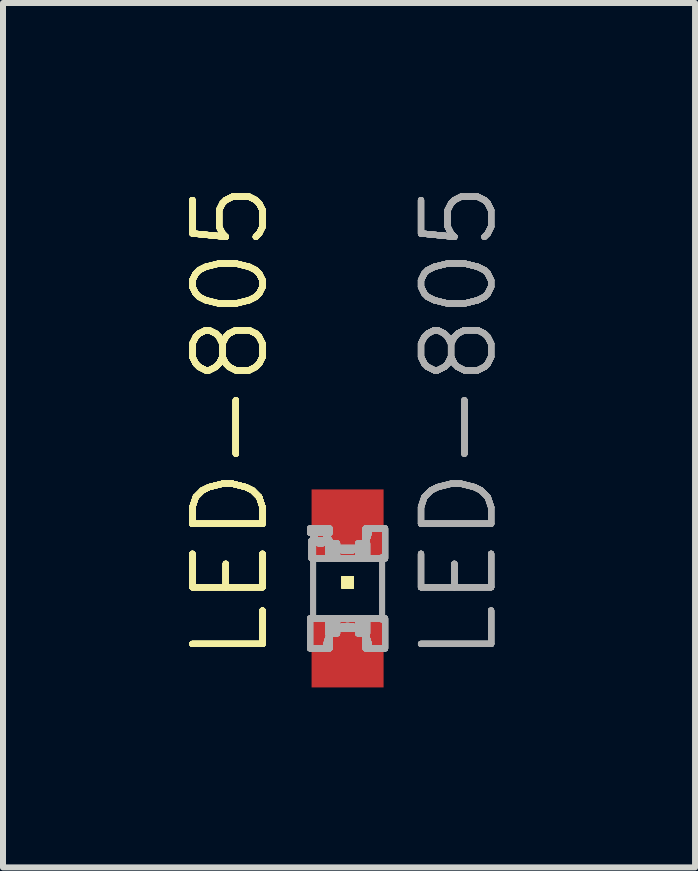
<source format=kicad_pcb>
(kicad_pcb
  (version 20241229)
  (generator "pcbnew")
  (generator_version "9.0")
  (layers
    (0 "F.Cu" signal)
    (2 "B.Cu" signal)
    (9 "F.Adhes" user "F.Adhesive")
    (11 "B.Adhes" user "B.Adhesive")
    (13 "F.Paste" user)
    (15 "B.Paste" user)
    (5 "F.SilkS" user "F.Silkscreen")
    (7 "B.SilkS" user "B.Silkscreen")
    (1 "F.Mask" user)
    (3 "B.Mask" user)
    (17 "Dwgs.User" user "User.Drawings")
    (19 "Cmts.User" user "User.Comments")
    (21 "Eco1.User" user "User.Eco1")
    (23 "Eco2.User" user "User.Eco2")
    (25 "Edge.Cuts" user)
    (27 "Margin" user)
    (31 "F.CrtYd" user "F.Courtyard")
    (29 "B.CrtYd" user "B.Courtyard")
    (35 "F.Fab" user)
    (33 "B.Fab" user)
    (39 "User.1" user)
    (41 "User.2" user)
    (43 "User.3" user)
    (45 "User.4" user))
  (footprint "LED-805"
    (layer "F.Cu")
    (at 2.743 6.757)
    (property "Reference" "LED-805" (at -1.27 1.27 90) (layer "F.SilkS") (effects (font (size 1.168 1.168) (thickness 0.102)) (justify left bottom)))
    (property "Value" "LED-805" (at 2.54 1.27 90) (layer "F.Fab") (hide yes) (effects (font (size 1.168 1.168) (thickness 0.102)) (justify left bottom)))
    (fp_poly (pts (xy -0.1 0) (xy 0.1 0) (xy 0.1 -0.2) (xy -0.1 -0.2)) (stroke (width 0) (type default)) (fill yes) (layer "F.SilkS"))
    (fp_poly (pts (xy -0.1 0) (xy 0.1 0) (xy 0.1 -0.2) (xy -0.1 -0.2)) (stroke (width 0) (type default)) (fill yes) (layer "F.SilkS"))
    (fp_poly (pts (xy -0.1 0) (xy 0.1 0) (xy 0.1 -0.2) (xy -0.1 -0.2)) (stroke (width 0) (type default)) (fill yes) (layer "F.SilkS"))
    (fp_poly (pts (xy -0.1 0) (xy 0.1 0) (xy 0.1 -0.2) (xy -0.1 -0.2)) (stroke (width 0) (type default)) (fill yes) (layer "F.SilkS"))
    (fp_poly (pts (xy -0.1 0) (xy 0.1 0) (xy 0.1 -0.2) (xy -0.1 -0.2)) (stroke (width 0) (type default)) (fill yes) (layer "F.SilkS"))
    (fp_poly (pts (xy -0.1 0) (xy 0.1 0) (xy 0.1 -0.2) (xy -0.1 -0.2)) (stroke (width 0) (type default)) (fill yes) (layer "F.SilkS"))
    (fp_poly (pts (xy -0.1 0) (xy 0.1 0) (xy 0.1 -0.2) (xy -0.1 -0.2)) (stroke (width 0) (type default)) (fill yes) (layer "F.SilkS"))
    (fp_poly (pts (xy -0.1 0) (xy 0.1 0) (xy 0.1 -0.2) (xy -0.1 -0.2)) (stroke (width 0) (type default)) (fill yes) (layer "F.SilkS"))
    (fp_poly (pts (xy -0.1 0) (xy 0.1 0) (xy 0.1 -0.2) (xy -0.1 -0.2)) (stroke (width 0) (type default)) (fill yes) (layer "F.SilkS"))
    (fp_poly (pts (xy -0.1 0) (xy 0.1 0) (xy 0.1 -0.2) (xy -0.1 -0.2)) (stroke (width 0) (type default)) (fill yes) (layer "F.SilkS"))
    (fp_poly (pts (xy -0.1 0) (xy 0.1 0) (xy 0.1 -0.2) (xy -0.1 -0.2)) (stroke (width 0) (type default)) (fill yes) (layer "F.SilkS"))
    (fp_line (start -0.575 0.5) (end -0.575 -0.925) (stroke (width 0.102) (type solid)) (layer "F.Fab"))
    (fp_line (start 0.575 -0.525) (end 0.575 0.525) (stroke (width 0.102) (type solid)) (layer "F.Fab"))
    (fp_arc (start -0.35 0.925) (mid -0.000001 0.625027) (end 0.35 0.924998) (stroke (width 0.1016) (type solid)) (layer "F.Fab"))
    (fp_arc (start -0.35 0.925) (mid -0.000001 0.625027) (end 0.35 0.924998) (stroke (width 0.1016) (type solid)) (layer "F.Fab"))
    (fp_arc (start -0.35 0.925) (mid -0.000001 0.625027) (end 0.35 0.924998) (stroke (width 0.1016) (type solid)) (layer "F.Fab"))
    (fp_arc (start -0.35 0.925) (mid -0.000001 0.625027) (end 0.35 0.924998) (stroke (width 0.1016) (type solid)) (layer "F.Fab"))
    (fp_arc (start -0.35 0.925) (mid -0.000001 0.625027) (end 0.35 0.924998) (stroke (width 0.1016) (type solid)) (layer "F.Fab"))
    (fp_arc (start -0.35 0.925) (mid -0.000001 0.625027) (end 0.35 0.924998) (stroke (width 0.1016) (type solid)) (layer "F.Fab"))
    (fp_arc (start -0.35 0.925) (mid -0.000001 0.625027) (end 0.35 0.924998) (stroke (width 0.1016) (type solid)) (layer "F.Fab"))
    (fp_arc (start -0.35 0.925) (mid -0.000001 0.625027) (end 0.35 0.924998) (stroke (width 0.1016) (type solid)) (layer "F.Fab"))
    (fp_arc (start -0.35 0.925) (mid -0.000001 0.625027) (end 0.35 0.924998) (stroke (width 0.1016) (type solid)) (layer "F.Fab"))
    (fp_arc (start -0.35 0.925) (mid -0.000001 0.625027) (end 0.35 0.924998) (stroke (width 0.1016) (type solid)) (layer "F.Fab"))
    (fp_arc (start -0.35 0.925) (mid -0.000001 0.625027) (end 0.35 0.924998) (stroke (width 0.1016) (type solid)) (layer "F.Fab"))
    (fp_arc (start 0.35 -0.924998) (mid -0.000001 -0.625027) (end -0.35 -0.925) (stroke (width 0.1016) (type solid)) (layer "F.Fab"))
    (fp_arc (start 0.35 -0.924998) (mid -0.000001 -0.625027) (end -0.35 -0.925) (stroke (width 0.1016) (type solid)) (layer "F.Fab"))
    (fp_arc (start 0.35 -0.924998) (mid -0.000001 -0.625027) (end -0.35 -0.925) (stroke (width 0.1016) (type solid)) (layer "F.Fab"))
    (fp_arc (start 0.35 -0.924998) (mid -0.000001 -0.625027) (end -0.35 -0.925) (stroke (width 0.1016) (type solid)) (layer "F.Fab"))
    (fp_arc (start 0.35 -0.924998) (mid -0.000001 -0.625027) (end -0.35 -0.925) (stroke (width 0.1016) (type solid)) (layer "F.Fab"))
    (fp_arc (start 0.35 -0.924998) (mid -0.000001 -0.625027) (end -0.35 -0.925) (stroke (width 0.1016) (type solid)) (layer "F.Fab"))
    (fp_arc (start 0.35 -0.924998) (mid -0.000001 -0.625027) (end -0.35 -0.925) (stroke (width 0.1016) (type solid)) (layer "F.Fab"))
    (fp_arc (start 0.35 -0.924998) (mid -0.000001 -0.625027) (end -0.35 -0.925) (stroke (width 0.1016) (type solid)) (layer "F.Fab"))
    (fp_arc (start 0.35 -0.924998) (mid -0.000001 -0.625027) (end -0.35 -0.925) (stroke (width 0.1016) (type solid)) (layer "F.Fab"))
    (fp_arc (start 0.35 -0.924998) (mid -0.000001 -0.625027) (end -0.35 -0.925) (stroke (width 0.1016) (type solid)) (layer "F.Fab"))
    (fp_arc (start 0.35 -0.924998) (mid -0.000001 -0.625027) (end -0.35 -0.925) (stroke (width 0.1016) (type solid)) (layer "F.Fab"))
    (fp_circle (center -0.45 -0.85) (end -0.347 -0.85) (stroke (width 0.102) (type solid)) (fill no) (layer "F.Fab"))
    (fp_circle (center -0.45 -0.85) (end -0.347 -0.85) (stroke (width 0.102) (type solid)) (fill no) (layer "F.Fab"))
    (fp_circle (center -0.45 -0.85) (end -0.347 -0.85) (stroke (width 0.102) (type solid)) (fill no) (layer "F.Fab"))
    (fp_circle (center -0.45 -0.85) (end -0.347 -0.85) (stroke (width 0.102) (type solid)) (fill no) (layer "F.Fab"))
    (fp_circle (center -0.45 -0.85) (end -0.347 -0.85) (stroke (width 0.102) (type solid)) (fill no) (layer "F.Fab"))
    (fp_circle (center -0.45 -0.85) (end -0.347 -0.85) (stroke (width 0.102) (type solid)) (fill no) (layer "F.Fab"))
    (fp_circle (center -0.45 -0.85) (end -0.347 -0.85) (stroke (width 0.102) (type solid)) (fill no) (layer "F.Fab"))
    (fp_circle (center -0.45 -0.85) (end -0.347 -0.85) (stroke (width 0.102) (type solid)) (fill no) (layer "F.Fab"))
    (fp_circle (center -0.45 -0.85) (end -0.347 -0.85) (stroke (width 0.102) (type solid)) (fill no) (layer "F.Fab"))
    (fp_circle (center -0.45 -0.85) (end -0.347 -0.85) (stroke (width 0.102) (type solid)) (fill no) (layer "F.Fab"))
    (fp_circle (center -0.45 -0.85) (end -0.347 -0.85) (stroke (width 0.102) (type solid)) (fill no) (layer "F.Fab"))
    (fp_poly (pts (xy -0.625 -0.925) (xy -0.3 -0.925) (xy -0.3 -1) (xy -0.625 -1)) (stroke (width 0.1) (type default)) (fill no) (layer "F.Fab"))
    (fp_poly (pts (xy -0.625 -0.925) (xy -0.3 -0.925) (xy -0.3 -1) (xy -0.625 -1)) (stroke (width 0.1) (type default)) (fill no) (layer "F.Fab"))
    (fp_poly (pts (xy -0.625 -0.925) (xy -0.3 -0.925) (xy -0.3 -1) (xy -0.625 -1)) (stroke (width 0.1) (type default)) (fill no) (layer "F.Fab"))
    (fp_poly (pts (xy -0.625 -0.925) (xy -0.3 -0.925) (xy -0.3 -1) (xy -0.625 -1)) (stroke (width 0.1) (type default)) (fill no) (layer "F.Fab"))
    (fp_poly (pts (xy -0.625 -0.925) (xy -0.3 -0.925) (xy -0.3 -1) (xy -0.625 -1)) (stroke (width 0.1) (type default)) (fill no) (layer "F.Fab"))
    (fp_poly (pts (xy -0.625 -0.925) (xy -0.3 -0.925) (xy -0.3 -1) (xy -0.625 -1)) (stroke (width 0.1) (type default)) (fill no) (layer "F.Fab"))
    (fp_poly (pts (xy -0.625 -0.925) (xy -0.3 -0.925) (xy -0.3 -1) (xy -0.625 -1)) (stroke (width 0.1) (type default)) (fill no) (layer "F.Fab"))
    (fp_poly (pts (xy -0.625 -0.925) (xy -0.3 -0.925) (xy -0.3 -1) (xy -0.625 -1)) (stroke (width 0.1) (type default)) (fill no) (layer "F.Fab"))
    (fp_poly (pts (xy -0.625 -0.925) (xy -0.3 -0.925) (xy -0.3 -1) (xy -0.625 -1)) (stroke (width 0.1) (type default)) (fill no) (layer "F.Fab"))
    (fp_poly (pts (xy -0.625 -0.925) (xy -0.3 -0.925) (xy -0.3 -1) (xy -0.625 -1)) (stroke (width 0.1) (type default)) (fill no) (layer "F.Fab"))
    (fp_poly (pts (xy -0.625 -0.925) (xy -0.3 -0.925) (xy -0.3 -1) (xy -0.625 -1)) (stroke (width 0.1) (type default)) (fill no) (layer "F.Fab"))
    (fp_poly (pts (xy -0.625 1) (xy -0.3 1) (xy -0.3 0.5) (xy -0.625 0.5)) (stroke (width 0.1) (type default)) (fill no) (layer "F.Fab"))
    (fp_poly (pts (xy -0.625 1) (xy -0.3 1) (xy -0.3 0.5) (xy -0.625 0.5)) (stroke (width 0.1) (type default)) (fill no) (layer "F.Fab"))
    (fp_poly (pts (xy -0.625 1) (xy -0.3 1) (xy -0.3 0.5) (xy -0.625 0.5)) (stroke (width 0.1) (type default)) (fill no) (layer "F.Fab"))
    (fp_poly (pts (xy -0.625 1) (xy -0.3 1) (xy -0.3 0.5) (xy -0.625 0.5)) (stroke (width 0.1) (type default)) (fill no) (layer "F.Fab"))
    (fp_poly (pts (xy -0.625 1) (xy -0.3 1) (xy -0.3 0.5) (xy -0.625 0.5)) (stroke (width 0.1) (type default)) (fill no) (layer "F.Fab"))
    (fp_poly (pts (xy -0.625 1) (xy -0.3 1) (xy -0.3 0.5) (xy -0.625 0.5)) (stroke (width 0.1) (type default)) (fill no) (layer "F.Fab"))
    (fp_poly (pts (xy -0.625 1) (xy -0.3 1) (xy -0.3 0.5) (xy -0.625 0.5)) (stroke (width 0.1) (type default)) (fill no) (layer "F.Fab"))
    (fp_poly (pts (xy -0.625 1) (xy -0.3 1) (xy -0.3 0.5) (xy -0.625 0.5)) (stroke (width 0.1) (type default)) (fill no) (layer "F.Fab"))
    (fp_poly (pts (xy -0.625 1) (xy -0.3 1) (xy -0.3 0.5) (xy -0.625 0.5)) (stroke (width 0.1) (type default)) (fill no) (layer "F.Fab"))
    (fp_poly (pts (xy -0.625 1) (xy -0.3 1) (xy -0.3 0.5) (xy -0.625 0.5)) (stroke (width 0.1) (type default)) (fill no) (layer "F.Fab"))
    (fp_poly (pts (xy -0.625 1) (xy -0.3 1) (xy -0.3 0.5) (xy -0.625 0.5)) (stroke (width 0.1) (type default)) (fill no) (layer "F.Fab"))
    (fp_poly (pts (xy -0.6 -0.5) (xy -0.3 -0.5) (xy -0.3 -0.8) (xy -0.6 -0.8)) (stroke (width 0.1) (type default)) (fill no) (layer "F.Fab"))
    (fp_poly (pts (xy -0.6 -0.5) (xy -0.3 -0.5) (xy -0.3 -0.8) (xy -0.6 -0.8)) (stroke (width 0.1) (type default)) (fill no) (layer "F.Fab"))
    (fp_poly (pts (xy -0.6 -0.5) (xy -0.3 -0.5) (xy -0.3 -0.8) (xy -0.6 -0.8)) (stroke (width 0.1) (type default)) (fill no) (layer "F.Fab"))
    (fp_poly (pts (xy -0.6 -0.5) (xy -0.3 -0.5) (xy -0.3 -0.8) (xy -0.6 -0.8)) (stroke (width 0.1) (type default)) (fill no) (layer "F.Fab"))
    (fp_poly (pts (xy -0.6 -0.5) (xy -0.3 -0.5) (xy -0.3 -0.8) (xy -0.6 -0.8)) (stroke (width 0.1) (type default)) (fill no) (layer "F.Fab"))
    (fp_poly (pts (xy -0.6 -0.5) (xy -0.3 -0.5) (xy -0.3 -0.8) (xy -0.6 -0.8)) (stroke (width 0.1) (type default)) (fill no) (layer "F.Fab"))
    (fp_poly (pts (xy -0.6 -0.5) (xy -0.3 -0.5) (xy -0.3 -0.8) (xy -0.6 -0.8)) (stroke (width 0.1) (type default)) (fill no) (layer "F.Fab"))
    (fp_poly (pts (xy -0.6 -0.5) (xy -0.3 -0.5) (xy -0.3 -0.8) (xy -0.6 -0.8)) (stroke (width 0.1) (type default)) (fill no) (layer "F.Fab"))
    (fp_poly (pts (xy -0.6 -0.5) (xy -0.3 -0.5) (xy -0.3 -0.8) (xy -0.6 -0.8)) (stroke (width 0.1) (type default)) (fill no) (layer "F.Fab"))
    (fp_poly (pts (xy -0.6 -0.5) (xy -0.3 -0.5) (xy -0.3 -0.8) (xy -0.6 -0.8)) (stroke (width 0.1) (type default)) (fill no) (layer "F.Fab"))
    (fp_poly (pts (xy -0.6 -0.5) (xy -0.3 -0.5) (xy -0.3 -0.8) (xy -0.6 -0.8)) (stroke (width 0.1) (type default)) (fill no) (layer "F.Fab"))
    (fp_poly (pts (xy -0.325 -0.5) (xy -0.175 -0.5) (xy -0.175 -0.75) (xy -0.325 -0.75)) (stroke (width 0.1) (type default)) (fill no) (layer "F.Fab"))
    (fp_poly (pts (xy -0.325 -0.5) (xy -0.175 -0.5) (xy -0.175 -0.75) (xy -0.325 -0.75)) (stroke (width 0.1) (type default)) (fill no) (layer "F.Fab"))
    (fp_poly (pts (xy -0.325 -0.5) (xy -0.175 -0.5) (xy -0.175 -0.75) (xy -0.325 -0.75)) (stroke (width 0.1) (type default)) (fill no) (layer "F.Fab"))
    (fp_poly (pts (xy -0.325 -0.5) (xy -0.175 -0.5) (xy -0.175 -0.75) (xy -0.325 -0.75)) (stroke (width 0.1) (type default)) (fill no) (layer "F.Fab"))
    (fp_poly (pts (xy -0.325 -0.5) (xy -0.175 -0.5) (xy -0.175 -0.75) (xy -0.325 -0.75)) (stroke (width 0.1) (type default)) (fill no) (layer "F.Fab"))
    (fp_poly (pts (xy -0.325 -0.5) (xy -0.175 -0.5) (xy -0.175 -0.75) (xy -0.325 -0.75)) (stroke (width 0.1) (type default)) (fill no) (layer "F.Fab"))
    (fp_poly (pts (xy -0.325 -0.5) (xy -0.175 -0.5) (xy -0.175 -0.75) (xy -0.325 -0.75)) (stroke (width 0.1) (type default)) (fill no) (layer "F.Fab"))
    (fp_poly (pts (xy -0.325 -0.5) (xy -0.175 -0.5) (xy -0.175 -0.75) (xy -0.325 -0.75)) (stroke (width 0.1) (type default)) (fill no) (layer "F.Fab"))
    (fp_poly (pts (xy -0.325 -0.5) (xy -0.175 -0.5) (xy -0.175 -0.75) (xy -0.325 -0.75)) (stroke (width 0.1) (type default)) (fill no) (layer "F.Fab"))
    (fp_poly (pts (xy -0.325 -0.5) (xy -0.175 -0.5) (xy -0.175 -0.75) (xy -0.325 -0.75)) (stroke (width 0.1) (type default)) (fill no) (layer "F.Fab"))
    (fp_poly (pts (xy -0.325 -0.5) (xy -0.175 -0.5) (xy -0.175 -0.75) (xy -0.325 -0.75)) (stroke (width 0.1) (type default)) (fill no) (layer "F.Fab"))
    (fp_poly (pts (xy -0.325 0.75) (xy -0.175 0.75) (xy -0.175 0.5) (xy -0.325 0.5)) (stroke (width 0.1) (type default)) (fill no) (layer "F.Fab"))
    (fp_poly (pts (xy -0.325 0.75) (xy -0.175 0.75) (xy -0.175 0.5) (xy -0.325 0.5)) (stroke (width 0.1) (type default)) (fill no) (layer "F.Fab"))
    (fp_poly (pts (xy -0.325 0.75) (xy -0.175 0.75) (xy -0.175 0.5) (xy -0.325 0.5)) (stroke (width 0.1) (type default)) (fill no) (layer "F.Fab"))
    (fp_poly (pts (xy -0.325 0.75) (xy -0.175 0.75) (xy -0.175 0.5) (xy -0.325 0.5)) (stroke (width 0.1) (type default)) (fill no) (layer "F.Fab"))
    (fp_poly (pts (xy -0.325 0.75) (xy -0.175 0.75) (xy -0.175 0.5) (xy -0.325 0.5)) (stroke (width 0.1) (type default)) (fill no) (layer "F.Fab"))
    (fp_poly (pts (xy -0.325 0.75) (xy -0.175 0.75) (xy -0.175 0.5) (xy -0.325 0.5)) (stroke (width 0.1) (type default)) (fill no) (layer "F.Fab"))
    (fp_poly (pts (xy -0.325 0.75) (xy -0.175 0.75) (xy -0.175 0.5) (xy -0.325 0.5)) (stroke (width 0.1) (type default)) (fill no) (layer "F.Fab"))
    (fp_poly (pts (xy -0.325 0.75) (xy -0.175 0.75) (xy -0.175 0.5) (xy -0.325 0.5)) (stroke (width 0.1) (type default)) (fill no) (layer "F.Fab"))
    (fp_poly (pts (xy -0.325 0.75) (xy -0.175 0.75) (xy -0.175 0.5) (xy -0.325 0.5)) (stroke (width 0.1) (type default)) (fill no) (layer "F.Fab"))
    (fp_poly (pts (xy -0.325 0.75) (xy -0.175 0.75) (xy -0.175 0.5) (xy -0.325 0.5)) (stroke (width 0.1) (type default)) (fill no) (layer "F.Fab"))
    (fp_poly (pts (xy -0.325 0.75) (xy -0.175 0.75) (xy -0.175 0.5) (xy -0.325 0.5)) (stroke (width 0.1) (type default)) (fill no) (layer "F.Fab"))
    (fp_poly (pts (xy -0.2 -0.5) (xy 0.2 -0.5) (xy 0.2 -0.675) (xy -0.2 -0.675)) (stroke (width 0.1) (type default)) (fill no) (layer "F.Fab"))
    (fp_poly (pts (xy -0.2 -0.5) (xy 0.2 -0.5) (xy 0.2 -0.675) (xy -0.2 -0.675)) (stroke (width 0.1) (type default)) (fill no) (layer "F.Fab"))
    (fp_poly (pts (xy -0.2 -0.5) (xy 0.2 -0.5) (xy 0.2 -0.675) (xy -0.2 -0.675)) (stroke (width 0.1) (type default)) (fill no) (layer "F.Fab"))
    (fp_poly (pts (xy -0.2 -0.5) (xy 0.2 -0.5) (xy 0.2 -0.675) (xy -0.2 -0.675)) (stroke (width 0.1) (type default)) (fill no) (layer "F.Fab"))
    (fp_poly (pts (xy -0.2 -0.5) (xy 0.2 -0.5) (xy 0.2 -0.675) (xy -0.2 -0.675)) (stroke (width 0.1) (type default)) (fill no) (layer "F.Fab"))
    (fp_poly (pts (xy -0.2 -0.5) (xy 0.2 -0.5) (xy 0.2 -0.675) (xy -0.2 -0.675)) (stroke (width 0.1) (type default)) (fill no) (layer "F.Fab"))
    (fp_poly (pts (xy -0.2 -0.5) (xy 0.2 -0.5) (xy 0.2 -0.675) (xy -0.2 -0.675)) (stroke (width 0.1) (type default)) (fill no) (layer "F.Fab"))
    (fp_poly (pts (xy -0.2 -0.5) (xy 0.2 -0.5) (xy 0.2 -0.675) (xy -0.2 -0.675)) (stroke (width 0.1) (type default)) (fill no) (layer "F.Fab"))
    (fp_poly (pts (xy -0.2 -0.5) (xy 0.2 -0.5) (xy 0.2 -0.675) (xy -0.2 -0.675)) (stroke (width 0.1) (type default)) (fill no) (layer "F.Fab"))
    (fp_poly (pts (xy -0.2 -0.5) (xy 0.2 -0.5) (xy 0.2 -0.675) (xy -0.2 -0.675)) (stroke (width 0.1) (type default)) (fill no) (layer "F.Fab"))
    (fp_poly (pts (xy -0.2 -0.5) (xy 0.2 -0.5) (xy 0.2 -0.675) (xy -0.2 -0.675)) (stroke (width 0.1) (type default)) (fill no) (layer "F.Fab"))
    (fp_poly (pts (xy -0.2 0.675) (xy 0.2 0.675) (xy 0.2 0.5) (xy -0.2 0.5)) (stroke (width 0.1) (type default)) (fill no) (layer "F.Fab"))
    (fp_poly (pts (xy -0.2 0.675) (xy 0.2 0.675) (xy 0.2 0.5) (xy -0.2 0.5)) (stroke (width 0.1) (type default)) (fill no) (layer "F.Fab"))
    (fp_poly (pts (xy -0.2 0.675) (xy 0.2 0.675) (xy 0.2 0.5) (xy -0.2 0.5)) (stroke (width 0.1) (type default)) (fill no) (layer "F.Fab"))
    (fp_poly (pts (xy -0.2 0.675) (xy 0.2 0.675) (xy 0.2 0.5) (xy -0.2 0.5)) (stroke (width 0.1) (type default)) (fill no) (layer "F.Fab"))
    (fp_poly (pts (xy -0.2 0.675) (xy 0.2 0.675) (xy 0.2 0.5) (xy -0.2 0.5)) (stroke (width 0.1) (type default)) (fill no) (layer "F.Fab"))
    (fp_poly (pts (xy -0.2 0.675) (xy 0.2 0.675) (xy 0.2 0.5) (xy -0.2 0.5)) (stroke (width 0.1) (type default)) (fill no) (layer "F.Fab"))
    (fp_poly (pts (xy -0.2 0.675) (xy 0.2 0.675) (xy 0.2 0.5) (xy -0.2 0.5)) (stroke (width 0.1) (type default)) (fill no) (layer "F.Fab"))
    (fp_poly (pts (xy -0.2 0.675) (xy 0.2 0.675) (xy 0.2 0.5) (xy -0.2 0.5)) (stroke (width 0.1) (type default)) (fill no) (layer "F.Fab"))
    (fp_poly (pts (xy -0.2 0.675) (xy 0.2 0.675) (xy 0.2 0.5) (xy -0.2 0.5)) (stroke (width 0.1) (type default)) (fill no) (layer "F.Fab"))
    (fp_poly (pts (xy -0.2 0.675) (xy 0.2 0.675) (xy 0.2 0.5) (xy -0.2 0.5)) (stroke (width 0.1) (type default)) (fill no) (layer "F.Fab"))
    (fp_poly (pts (xy -0.2 0.675) (xy 0.2 0.675) (xy 0.2 0.5) (xy -0.2 0.5)) (stroke (width 0.1) (type default)) (fill no) (layer "F.Fab"))
    (fp_poly (pts (xy 0.175 -0.5) (xy 0.325 -0.5) (xy 0.325 -0.75) (xy 0.175 -0.75)) (stroke (width 0.1) (type default)) (fill no) (layer "F.Fab"))
    (fp_poly (pts (xy 0.175 -0.5) (xy 0.325 -0.5) (xy 0.325 -0.75) (xy 0.175 -0.75)) (stroke (width 0.1) (type default)) (fill no) (layer "F.Fab"))
    (fp_poly (pts (xy 0.175 -0.5) (xy 0.325 -0.5) (xy 0.325 -0.75) (xy 0.175 -0.75)) (stroke (width 0.1) (type default)) (fill no) (layer "F.Fab"))
    (fp_poly (pts (xy 0.175 -0.5) (xy 0.325 -0.5) (xy 0.325 -0.75) (xy 0.175 -0.75)) (stroke (width 0.1) (type default)) (fill no) (layer "F.Fab"))
    (fp_poly (pts (xy 0.175 -0.5) (xy 0.325 -0.5) (xy 0.325 -0.75) (xy 0.175 -0.75)) (stroke (width 0.1) (type default)) (fill no) (layer "F.Fab"))
    (fp_poly (pts (xy 0.175 -0.5) (xy 0.325 -0.5) (xy 0.325 -0.75) (xy 0.175 -0.75)) (stroke (width 0.1) (type default)) (fill no) (layer "F.Fab"))
    (fp_poly (pts (xy 0.175 -0.5) (xy 0.325 -0.5) (xy 0.325 -0.75) (xy 0.175 -0.75)) (stroke (width 0.1) (type default)) (fill no) (layer "F.Fab"))
    (fp_poly (pts (xy 0.175 -0.5) (xy 0.325 -0.5) (xy 0.325 -0.75) (xy 0.175 -0.75)) (stroke (width 0.1) (type default)) (fill no) (layer "F.Fab"))
    (fp_poly (pts (xy 0.175 -0.5) (xy 0.325 -0.5) (xy 0.325 -0.75) (xy 0.175 -0.75)) (stroke (width 0.1) (type default)) (fill no) (layer "F.Fab"))
    (fp_poly (pts (xy 0.175 -0.5) (xy 0.325 -0.5) (xy 0.325 -0.75) (xy 0.175 -0.75)) (stroke (width 0.1) (type default)) (fill no) (layer "F.Fab"))
    (fp_poly (pts (xy 0.175 -0.5) (xy 0.325 -0.5) (xy 0.325 -0.75) (xy 0.175 -0.75)) (stroke (width 0.1) (type default)) (fill no) (layer "F.Fab"))
    (fp_poly (pts (xy 0.175 0.75) (xy 0.325 0.75) (xy 0.325 0.5) (xy 0.175 0.5)) (stroke (width 0.1) (type default)) (fill no) (layer "F.Fab"))
    (fp_poly (pts (xy 0.175 0.75) (xy 0.325 0.75) (xy 0.325 0.5) (xy 0.175 0.5)) (stroke (width 0.1) (type default)) (fill no) (layer "F.Fab"))
    (fp_poly (pts (xy 0.175 0.75) (xy 0.325 0.75) (xy 0.325 0.5) (xy 0.175 0.5)) (stroke (width 0.1) (type default)) (fill no) (layer "F.Fab"))
    (fp_poly (pts (xy 0.175 0.75) (xy 0.325 0.75) (xy 0.325 0.5) (xy 0.175 0.5)) (stroke (width 0.1) (type default)) (fill no) (layer "F.Fab"))
    (fp_poly (pts (xy 0.175 0.75) (xy 0.325 0.75) (xy 0.325 0.5) (xy 0.175 0.5)) (stroke (width 0.1) (type default)) (fill no) (layer "F.Fab"))
    (fp_poly (pts (xy 0.175 0.75) (xy 0.325 0.75) (xy 0.325 0.5) (xy 0.175 0.5)) (stroke (width 0.1) (type default)) (fill no) (layer "F.Fab"))
    (fp_poly (pts (xy 0.175 0.75) (xy 0.325 0.75) (xy 0.325 0.5) (xy 0.175 0.5)) (stroke (width 0.1) (type default)) (fill no) (layer "F.Fab"))
    (fp_poly (pts (xy 0.175 0.75) (xy 0.325 0.75) (xy 0.325 0.5) (xy 0.175 0.5)) (stroke (width 0.1) (type default)) (fill no) (layer "F.Fab"))
    (fp_poly (pts (xy 0.175 0.75) (xy 0.325 0.75) (xy 0.325 0.5) (xy 0.175 0.5)) (stroke (width 0.1) (type default)) (fill no) (layer "F.Fab"))
    (fp_poly (pts (xy 0.175 0.75) (xy 0.325 0.75) (xy 0.325 0.5) (xy 0.175 0.5)) (stroke (width 0.1) (type default)) (fill no) (layer "F.Fab"))
    (fp_poly (pts (xy 0.175 0.75) (xy 0.325 0.75) (xy 0.325 0.5) (xy 0.175 0.5)) (stroke (width 0.1) (type default)) (fill no) (layer "F.Fab"))
    (fp_poly (pts (xy 0.3 -0.5) (xy 0.625 -0.5) (xy 0.625 -1) (xy 0.3 -1)) (stroke (width 0.1) (type default)) (fill no) (layer "F.Fab"))
    (fp_poly (pts (xy 0.3 -0.5) (xy 0.625 -0.5) (xy 0.625 -1) (xy 0.3 -1)) (stroke (width 0.1) (type default)) (fill no) (layer "F.Fab"))
    (fp_poly (pts (xy 0.3 -0.5) (xy 0.625 -0.5) (xy 0.625 -1) (xy 0.3 -1)) (stroke (width 0.1) (type default)) (fill no) (layer "F.Fab"))
    (fp_poly (pts (xy 0.3 -0.5) (xy 0.625 -0.5) (xy 0.625 -1) (xy 0.3 -1)) (stroke (width 0.1) (type default)) (fill no) (layer "F.Fab"))
    (fp_poly (pts (xy 0.3 -0.5) (xy 0.625 -0.5) (xy 0.625 -1) (xy 0.3 -1)) (stroke (width 0.1) (type default)) (fill no) (layer "F.Fab"))
    (fp_poly (pts (xy 0.3 -0.5) (xy 0.625 -0.5) (xy 0.625 -1) (xy 0.3 -1)) (stroke (width 0.1) (type default)) (fill no) (layer "F.Fab"))
    (fp_poly (pts (xy 0.3 -0.5) (xy 0.625 -0.5) (xy 0.625 -1) (xy 0.3 -1)) (stroke (width 0.1) (type default)) (fill no) (layer "F.Fab"))
    (fp_poly (pts (xy 0.3 -0.5) (xy 0.625 -0.5) (xy 0.625 -1) (xy 0.3 -1)) (stroke (width 0.1) (type default)) (fill no) (layer "F.Fab"))
    (fp_poly (pts (xy 0.3 -0.5) (xy 0.625 -0.5) (xy 0.625 -1) (xy 0.3 -1)) (stroke (width 0.1) (type default)) (fill no) (layer "F.Fab"))
    (fp_poly (pts (xy 0.3 -0.5) (xy 0.625 -0.5) (xy 0.625 -1) (xy 0.3 -1)) (stroke (width 0.1) (type default)) (fill no) (layer "F.Fab"))
    (fp_poly (pts (xy 0.3 -0.5) (xy 0.625 -0.5) (xy 0.625 -1) (xy 0.3 -1)) (stroke (width 0.1) (type default)) (fill no) (layer "F.Fab"))
    (fp_poly (pts (xy 0.3 1) (xy 0.625 1) (xy 0.625 0.5) (xy 0.3 0.5)) (stroke (width 0.1) (type default)) (fill no) (layer "F.Fab"))
    (fp_poly (pts (xy 0.3 1) (xy 0.625 1) (xy 0.625 0.5) (xy 0.3 0.5)) (stroke (width 0.1) (type default)) (fill no) (layer "F.Fab"))
    (fp_poly (pts (xy 0.3 1) (xy 0.625 1) (xy 0.625 0.5) (xy 0.3 0.5)) (stroke (width 0.1) (type default)) (fill no) (layer "F.Fab"))
    (fp_poly (pts (xy 0.3 1) (xy 0.625 1) (xy 0.625 0.5) (xy 0.3 0.5)) (stroke (width 0.1) (type default)) (fill no) (layer "F.Fab"))
    (fp_poly (pts (xy 0.3 1) (xy 0.625 1) (xy 0.625 0.5) (xy 0.3 0.5)) (stroke (width 0.1) (type default)) (fill no) (layer "F.Fab"))
    (fp_poly (pts (xy 0.3 1) (xy 0.625 1) (xy 0.625 0.5) (xy 0.3 0.5)) (stroke (width 0.1) (type default)) (fill no) (layer "F.Fab"))
    (fp_poly (pts (xy 0.3 1) (xy 0.625 1) (xy 0.625 0.5) (xy 0.3 0.5)) (stroke (width 0.1) (type default)) (fill no) (layer "F.Fab"))
    (fp_poly (pts (xy 0.3 1) (xy 0.625 1) (xy 0.625 0.5) (xy 0.3 0.5)) (stroke (width 0.1) (type default)) (fill no) (layer "F.Fab"))
    (fp_poly (pts (xy 0.3 1) (xy 0.625 1) (xy 0.625 0.5) (xy 0.3 0.5)) (stroke (width 0.1) (type default)) (fill no) (layer "F.Fab"))
    (fp_poly (pts (xy 0.3 1) (xy 0.625 1) (xy 0.625 0.5) (xy 0.3 0.5)) (stroke (width 0.1) (type default)) (fill no) (layer "F.Fab"))
    (fp_poly (pts (xy 0.3 1) (xy 0.625 1) (xy 0.625 0.5) (xy 0.3 0.5)) (stroke (width 0.1) (type default)) (fill no) (layer "F.Fab"))
    (fp_text user "${REFERENCE}" (at -1.27 1.27 90) (layer "F.SilkS") (effects (font (size 1.168 1.168) (thickness 0.102)) (justify left bottom)))
    (fp_text user "${REFERENCE}" (at -1.27 1.27 90) (layer "F.SilkS") (effects (font (size 1.168 1.168) (thickness 0.102)) (justify left bottom)))
    (fp_text user "${REFERENCE}" (at -1.27 1.27 90) (layer "F.SilkS") (effects (font (size 1.168 1.168) (thickness 0.102)) (justify left bottom)))
    (fp_text user "${REFERENCE}" (at -1.27 1.27 90) (layer "F.SilkS") (effects (font (size 1.168 1.168) (thickness 0.102)) (justify left bottom)))
    (fp_text user "${REFERENCE}" (at -1.27 1.27 90) (layer "F.SilkS") (effects (font (size 1.168 1.168) (thickness 0.102)) (justify left bottom)))
    (fp_text user "${REFERENCE}" (at -1.27 1.27 90) (layer "F.SilkS") (effects (font (size 1.168 1.168) (thickness 0.102)) (justify left bottom)))
    (fp_text user "${REFERENCE}" (at -1.27 1.27 90) (layer "F.SilkS") (effects (font (size 1.168 1.168) (thickness 0.102)) (justify left bottom)))
    (fp_text user "${REFERENCE}" (at -1.27 1.27 90) (layer "F.SilkS") (effects (font (size 1.168 1.168) (thickness 0.102)) (justify left bottom)))
    (fp_text user "${REFERENCE}" (at -1.27 1.27 90) (layer "F.SilkS") (effects (font (size 1.168 1.168) (thickness 0.102)) (justify left bottom)))
    (fp_text user "${REFERENCE}" (at -1.27 1.27 90) (layer "F.SilkS") (effects (font (size 1.168 1.168) (thickness 0.102)) (justify left bottom)))
    (fp_text user "${VALUE}" (at 2.54 1.27 90) (layer "F.Fab") (effects (font (size 1.168 1.168) (thickness 0.102)) (justify left bottom)))
    (fp_text user "${VALUE}" (at 2.54 1.27 90) (layer "F.Fab") (effects (font (size 1.168 1.168) (thickness 0.102)) (justify left bottom)))
    (fp_text user "${VALUE}" (at 2.54 1.27 90) (layer "F.Fab") (effects (font (size 1.168 1.168) (thickness 0.102)) (justify left bottom)))
    (fp_text user "${VALUE}" (at 2.54 1.27 90) (layer "F.Fab") (effects (font (size 1.168 1.168) (thickness 0.102)) (justify left bottom)))
    (fp_text user "${VALUE}" (at 2.54 1.27 90) (layer "F.Fab") (effects (font (size 1.168 1.168) (thickness 0.102)) (justify left bottom)))
    (fp_text user "${VALUE}" (at 2.54 1.27 90) (layer "F.Fab") (effects (font (size 1.168 1.168) (thickness 0.102)) (justify left bottom)))
    (fp_text user "${VALUE}" (at 2.54 1.27 90) (layer "F.Fab") (effects (font (size 1.168 1.168) (thickness 0.102)) (justify left bottom)))
    (fp_text user "${VALUE}" (at 2.54 1.27 90) (layer "F.Fab") (effects (font (size 1.168 1.168) (thickness 0.102)) (justify left bottom)))
    (fp_text user "${VALUE}" (at 2.54 1.27 90) (layer "F.Fab") (effects (font (size 1.168 1.168) (thickness 0.102)) (justify left bottom)))
    (fp_text user "${VALUE}" (at 2.54 1.27 90) (layer "F.Fab") (effects (font (size 1.168 1.168) (thickness 0.102)) (justify left bottom)))
    (pad "A" smd rect (at 0 1.05) (size 1.2 1.2) (layers "F.Cu" "F.Mask" "F.Paste"))
    (pad "C" smd rect (at 0 -1.05) (size 1.2 1.2) (layers "F.Cu" "F.Mask" "F.Paste")))
  (gr_rect
    (start -3 -3)
    (end 8.534 11.407)
    (stroke (width 0.1) (type default))
    (fill no)
    (layer "Edge.Cuts")))
</source>
